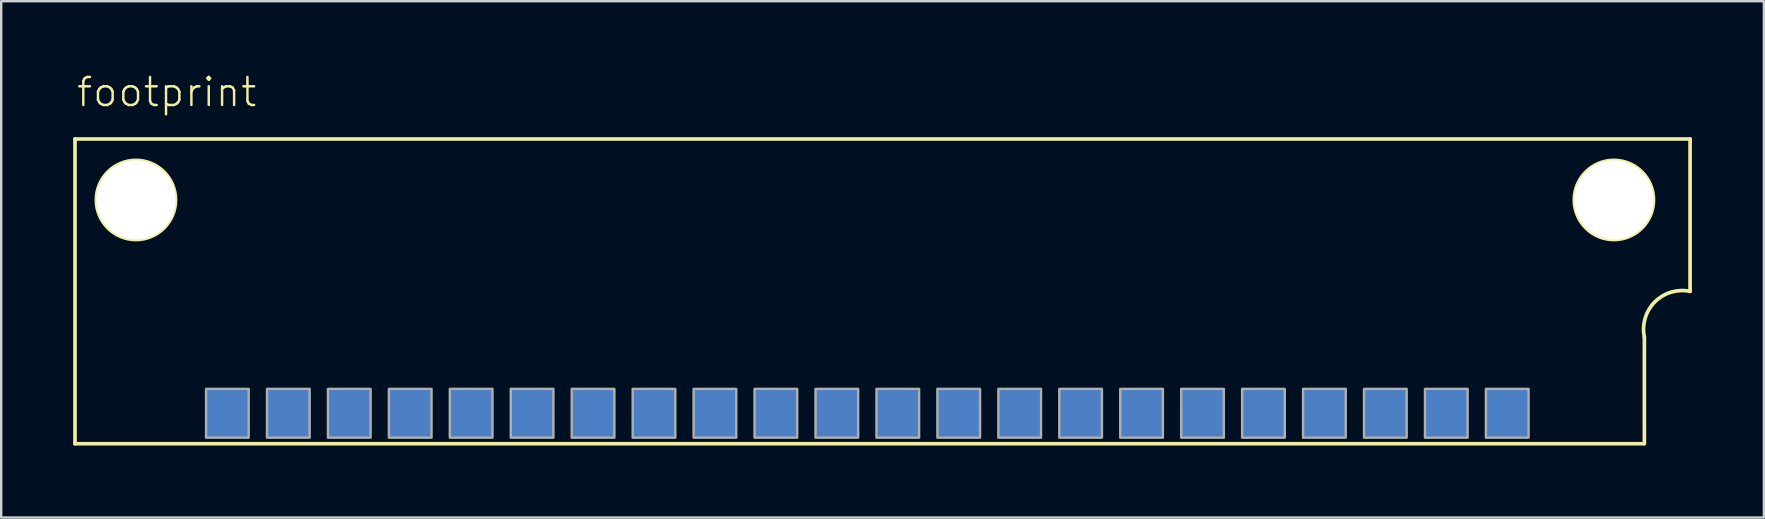
<source format=kicad_pcb>
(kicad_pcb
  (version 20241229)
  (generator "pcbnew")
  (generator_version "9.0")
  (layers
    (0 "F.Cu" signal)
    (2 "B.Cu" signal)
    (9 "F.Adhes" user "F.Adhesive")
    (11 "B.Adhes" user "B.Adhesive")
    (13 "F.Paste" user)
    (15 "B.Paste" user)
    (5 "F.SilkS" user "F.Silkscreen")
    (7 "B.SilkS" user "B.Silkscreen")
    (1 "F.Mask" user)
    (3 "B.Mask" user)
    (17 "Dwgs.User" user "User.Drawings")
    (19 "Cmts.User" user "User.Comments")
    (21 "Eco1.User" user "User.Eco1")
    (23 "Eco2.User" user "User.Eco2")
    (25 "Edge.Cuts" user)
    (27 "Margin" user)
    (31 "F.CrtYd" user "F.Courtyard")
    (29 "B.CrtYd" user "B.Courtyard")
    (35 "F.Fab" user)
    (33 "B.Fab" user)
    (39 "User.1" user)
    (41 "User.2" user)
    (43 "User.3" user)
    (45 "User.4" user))
  (footprint "footprint"
    (layer "F.Cu")
    (at 33.096 7.823)
    (property "Reference" "footprint" (at -33.02 -6.35 0) (layer "F.SilkS") (effects (font (size 1.168 1.168) (thickness 0.102)) (justify left bottom)))
    (fp_line (start -33.02 -5.08) (end -33.02 7.62) (stroke (width 0.152) (type solid)) (layer "F.SilkS"))
    (fp_line (start -33.02 -5.08) (end 34.29 -5.08) (stroke (width 0.152) (type solid)) (layer "F.SilkS"))
    (fp_line (start -33.02 7.62) (end 32.36 7.62) (stroke (width 0.152) (type solid)) (layer "F.SilkS"))
    (fp_line (start 32.385 7.62) (end 32.385 3.175) (stroke (width 0.152) (type solid)) (layer "F.SilkS"))
    (fp_line (start 34.29 -5.08) (end 34.29 1.27) (stroke (width 0.152) (type solid)) (layer "F.SilkS"))
    (fp_arc (start 32.385 3.175) (mid 32.822033 1.707033) (end 34.29 1.27) (stroke (width 0.1524) (type solid)) (layer "F.SilkS"))
    (fp_circle (center -30.48 -2.54) (end -28.829 -2.54) (stroke (width 0.152) (type solid)) (fill no) (layer "F.SilkS"))
    (fp_circle (center 31.115 -2.54) (end 32.766 -2.54) (stroke (width 0.152) (type solid)) (fill no) (layer "F.SilkS"))
    (fp_poly (pts (xy -27.559 7.366) (xy -25.781 7.366) (xy -25.781 5.334) (xy -27.559 5.334)) (stroke (width 0.1) (type solid)) (fill no) (layer "F.Fab"))
    (fp_poly (pts (xy -25.019 7.366) (xy -23.241 7.366) (xy -23.241 5.334) (xy -25.019 5.334)) (stroke (width 0.1) (type solid)) (fill no) (layer "F.Fab"))
    (fp_poly (pts (xy -22.479 7.366) (xy -20.701 7.366) (xy -20.701 5.334) (xy -22.479 5.334)) (stroke (width 0.1) (type solid)) (fill no) (layer "F.Fab"))
    (fp_poly (pts (xy -19.939 7.366) (xy -18.161 7.366) (xy -18.161 5.334) (xy -19.939 5.334)) (stroke (width 0.1) (type solid)) (fill no) (layer "F.Fab"))
    (fp_poly (pts (xy -17.399 7.366) (xy -15.621 7.366) (xy -15.621 5.334) (xy -17.399 5.334)) (stroke (width 0.1) (type solid)) (fill no) (layer "F.Fab"))
    (fp_poly (pts (xy -14.859 7.366) (xy -13.081 7.366) (xy -13.081 5.334) (xy -14.859 5.334)) (stroke (width 0.1) (type solid)) (fill no) (layer "F.Fab"))
    (fp_poly (pts (xy -12.319 7.366) (xy -10.541 7.366) (xy -10.541 5.334) (xy -12.319 5.334)) (stroke (width 0.1) (type solid)) (fill no) (layer "F.Fab"))
    (fp_poly (pts (xy -9.779 7.366) (xy -8.001 7.366) (xy -8.001 5.334) (xy -9.779 5.334)) (stroke (width 0.1) (type solid)) (fill no) (layer "F.Fab"))
    (fp_poly (pts (xy -7.239 7.366) (xy -5.461 7.366) (xy -5.461 5.334) (xy -7.239 5.334)) (stroke (width 0.1) (type solid)) (fill no) (layer "F.Fab"))
    (fp_poly (pts (xy -4.699 7.366) (xy -2.921 7.366) (xy -2.921 5.334) (xy -4.699 5.334)) (stroke (width 0.1) (type solid)) (fill no) (layer "F.Fab"))
    (fp_poly (pts (xy -2.159 7.366) (xy -0.381 7.366) (xy -0.381 5.334) (xy -2.159 5.334)) (stroke (width 0.1) (type solid)) (fill no) (layer "F.Fab"))
    (fp_poly (pts (xy 0.381 7.366) (xy 2.159 7.366) (xy 2.159 5.334) (xy 0.381 5.334)) (stroke (width 0.1) (type solid)) (fill no) (layer "F.Fab"))
    (fp_poly (pts (xy 2.921 7.366) (xy 4.699 7.366) (xy 4.699 5.334) (xy 2.921 5.334)) (stroke (width 0.1) (type solid)) (fill no) (layer "F.Fab"))
    (fp_poly (pts (xy 5.461 7.366) (xy 7.239 7.366) (xy 7.239 5.334) (xy 5.461 5.334)) (stroke (width 0.1) (type solid)) (fill no) (layer "F.Fab"))
    (fp_poly (pts (xy 8.001 7.366) (xy 9.779 7.366) (xy 9.779 5.334) (xy 8.001 5.334)) (stroke (width 0.1) (type solid)) (fill no) (layer "F.Fab"))
    (fp_poly (pts (xy 10.541 7.366) (xy 12.319 7.366) (xy 12.319 5.334) (xy 10.541 5.334)) (stroke (width 0.1) (type solid)) (fill no) (layer "F.Fab"))
    (fp_poly (pts (xy 13.081 7.366) (xy 14.859 7.366) (xy 14.859 5.334) (xy 13.081 5.334)) (stroke (width 0.1) (type solid)) (fill no) (layer "F.Fab"))
    (fp_poly (pts (xy 15.621 7.366) (xy 17.399 7.366) (xy 17.399 5.334) (xy 15.621 5.334)) (stroke (width 0.1) (type solid)) (fill no) (layer "F.Fab"))
    (fp_poly (pts (xy 18.161 7.366) (xy 19.939 7.366) (xy 19.939 5.334) (xy 18.161 5.334)) (stroke (width 0.1) (type solid)) (fill no) (layer "F.Fab"))
    (fp_poly (pts (xy 20.701 7.366) (xy 22.479 7.366) (xy 22.479 5.334) (xy 20.701 5.334)) (stroke (width 0.1) (type solid)) (fill no) (layer "F.Fab"))
    (fp_poly (pts (xy 23.241 7.366) (xy 25.019 7.366) (xy 25.019 5.334) (xy 23.241 5.334)) (stroke (width 0.1) (type solid)) (fill no) (layer "F.Fab"))
    (fp_poly (pts (xy 25.781 7.366) (xy 27.559 7.366) (xy 27.559 5.334) (xy 25.781 5.334)) (stroke (width 0.1) (type solid)) (fill no) (layer "F.Fab"))
    (pad "" np_thru_hole circle (at -30.48 -2.54) (size 3.302 3.302) (drill 3.302) (layers "*.Cu" "*.Mask"))
    (pad "" np_thru_hole circle (at 31.115 -2.54) (size 3.302 3.302) (drill 3.302) (layers "*.Cu" "*.Mask"))
    (pad "1B" smd rect (at 26.67 6.35) (size 1.778 2.032) (layers "B.Cu" "B.Mask" "B.Paste"))
    (pad "1T" smd rect (at 26.67 6.35) (size 1.778 2.032) (layers "F.Cu" "F.Mask" "F.Paste"))
    (pad "2B" smd rect (at 24.13 6.35) (size 1.778 2.032) (layers "B.Cu" "B.Mask" "B.Paste"))
    (pad "2T" smd rect (at 24.13 6.35) (size 1.778 2.032) (layers "F.Cu" "F.Mask" "F.Paste"))
    (pad "3B" smd rect (at 21.59 6.35) (size 1.778 2.032) (layers "B.Cu" "B.Mask" "B.Paste"))
    (pad "3T" smd rect (at 21.59 6.35) (size 1.778 2.032) (layers "F.Cu" "F.Mask" "F.Paste"))
    (pad "4B" smd rect (at 19.05 6.35) (size 1.778 2.032) (layers "B.Cu" "B.Mask" "B.Paste"))
    (pad "4T" smd rect (at 19.05 6.35) (size 1.778 2.032) (layers "F.Cu" "F.Mask" "F.Paste"))
    (pad "5B" smd rect (at 16.51 6.35) (size 1.778 2.032) (layers "B.Cu" "B.Mask" "B.Paste"))
    (pad "5T" smd rect (at 16.51 6.35) (size 1.778 2.032) (layers "F.Cu" "F.Mask" "F.Paste"))
    (pad "6B" smd rect (at 13.97 6.35) (size 1.778 2.032) (layers "B.Cu" "B.Mask" "B.Paste"))
    (pad "6T" smd rect (at 13.97 6.35) (size 1.778 2.032) (layers "F.Cu" "F.Mask" "F.Paste"))
    (pad "7B" smd rect (at 11.43 6.35) (size 1.778 2.032) (layers "B.Cu" "B.Mask" "B.Paste"))
    (pad "7T" smd rect (at 11.43 6.35) (size 1.778 2.032) (layers "F.Cu" "F.Mask" "F.Paste"))
    (pad "8B" smd rect (at 8.89 6.35) (size 1.778 2.032) (layers "B.Cu" "B.Mask" "B.Paste"))
    (pad "8T" smd rect (at 8.89 6.35) (size 1.778 2.032) (layers "F.Cu" "F.Mask" "F.Paste"))
    (pad "9B" smd rect (at 6.35 6.35) (size 1.778 2.032) (layers "B.Cu" "B.Mask" "B.Paste"))
    (pad "9T" smd rect (at 6.35 6.35) (size 1.778 2.032) (layers "F.Cu" "F.Mask" "F.Paste"))
    (pad "10B" smd rect (at 3.81 6.35) (size 1.778 2.032) (layers "B.Cu" "B.Mask" "B.Paste"))
    (pad "10T" smd rect (at 3.81 6.35) (size 1.778 2.032) (layers "F.Cu" "F.Mask" "F.Paste"))
    (pad "11B" smd rect (at 1.27 6.35) (size 1.778 2.032) (layers "B.Cu" "B.Mask" "B.Paste"))
    (pad "11T" smd rect (at 1.27 6.35) (size 1.778 2.032) (layers "F.Cu" "F.Mask" "F.Paste"))
    (pad "12B" smd rect (at -1.27 6.35) (size 1.778 2.032) (layers "B.Cu" "B.Mask" "B.Paste"))
    (pad "12T" smd rect (at -1.27 6.35) (size 1.778 2.032) (layers "F.Cu" "F.Mask" "F.Paste"))
    (pad "13B" smd rect (at -3.81 6.35) (size 1.778 2.032) (layers "B.Cu" "B.Mask" "B.Paste"))
    (pad "13T" smd rect (at -3.81 6.35) (size 1.778 2.032) (layers "F.Cu" "F.Mask" "F.Paste"))
    (pad "14B" smd rect (at -6.35 6.35) (size 1.778 2.032) (layers "B.Cu" "B.Mask" "B.Paste"))
    (pad "14T" smd rect (at -6.35 6.35) (size 1.778 2.032) (layers "F.Cu" "F.Mask" "F.Paste"))
    (pad "15B" smd rect (at -8.89 6.35) (size 1.778 2.032) (layers "B.Cu" "B.Mask" "B.Paste"))
    (pad "15T" smd rect (at -8.89 6.35) (size 1.778 2.032) (layers "F.Cu" "F.Mask" "F.Paste"))
    (pad "16B" smd rect (at -11.43 6.35) (size 1.778 2.032) (layers "B.Cu" "B.Mask" "B.Paste"))
    (pad "16T" smd rect (at -11.43 6.35) (size 1.778 2.032) (layers "F.Cu" "F.Mask" "F.Paste"))
    (pad "17B" smd rect (at -13.97 6.35) (size 1.778 2.032) (layers "B.Cu" "B.Mask" "B.Paste"))
    (pad "17T" smd rect (at -13.97 6.35) (size 1.778 2.032) (layers "F.Cu" "F.Mask" "F.Paste"))
    (pad "18B" smd rect (at -16.51 6.35) (size 1.778 2.032) (layers "B.Cu" "B.Mask" "B.Paste"))
    (pad "18T" smd rect (at -16.51 6.35) (size 1.778 2.032) (layers "F.Cu" "F.Mask" "F.Paste"))
    (pad "19B" smd rect (at -19.05 6.35) (size 1.778 2.032) (layers "B.Cu" "B.Mask" "B.Paste"))
    (pad "19T" smd rect (at -19.05 6.35) (size 1.778 2.032) (layers "F.Cu" "F.Mask" "F.Paste"))
    (pad "20B" smd rect (at -21.59 6.35) (size 1.778 2.032) (layers "B.Cu" "B.Mask" "B.Paste"))
    (pad "20T" smd rect (at -21.59 6.35) (size 1.778 2.032) (layers "F.Cu" "F.Mask" "F.Paste"))
    (pad "21B" smd rect (at -24.13 6.35) (size 1.778 2.032) (layers "B.Cu" "B.Mask" "B.Paste"))
    (pad "21T" smd rect (at -24.13 6.35) (size 1.778 2.032) (layers "F.Cu" "F.Mask" "F.Paste"))
    (pad "22B" smd rect (at -26.67 6.35) (size 1.778 2.032) (layers "B.Cu" "B.Mask" "B.Paste"))
    (pad "22T" smd rect (at -26.67 6.35) (size 1.778 2.032) (layers "F.Cu" "F.Mask" "F.Paste")))
  (gr_rect
    (start -3 -3)
    (end 70.462 18.519)
    (stroke (width 0.1) (type default))
    (fill no)
    (layer "Edge.Cuts")))
</source>
